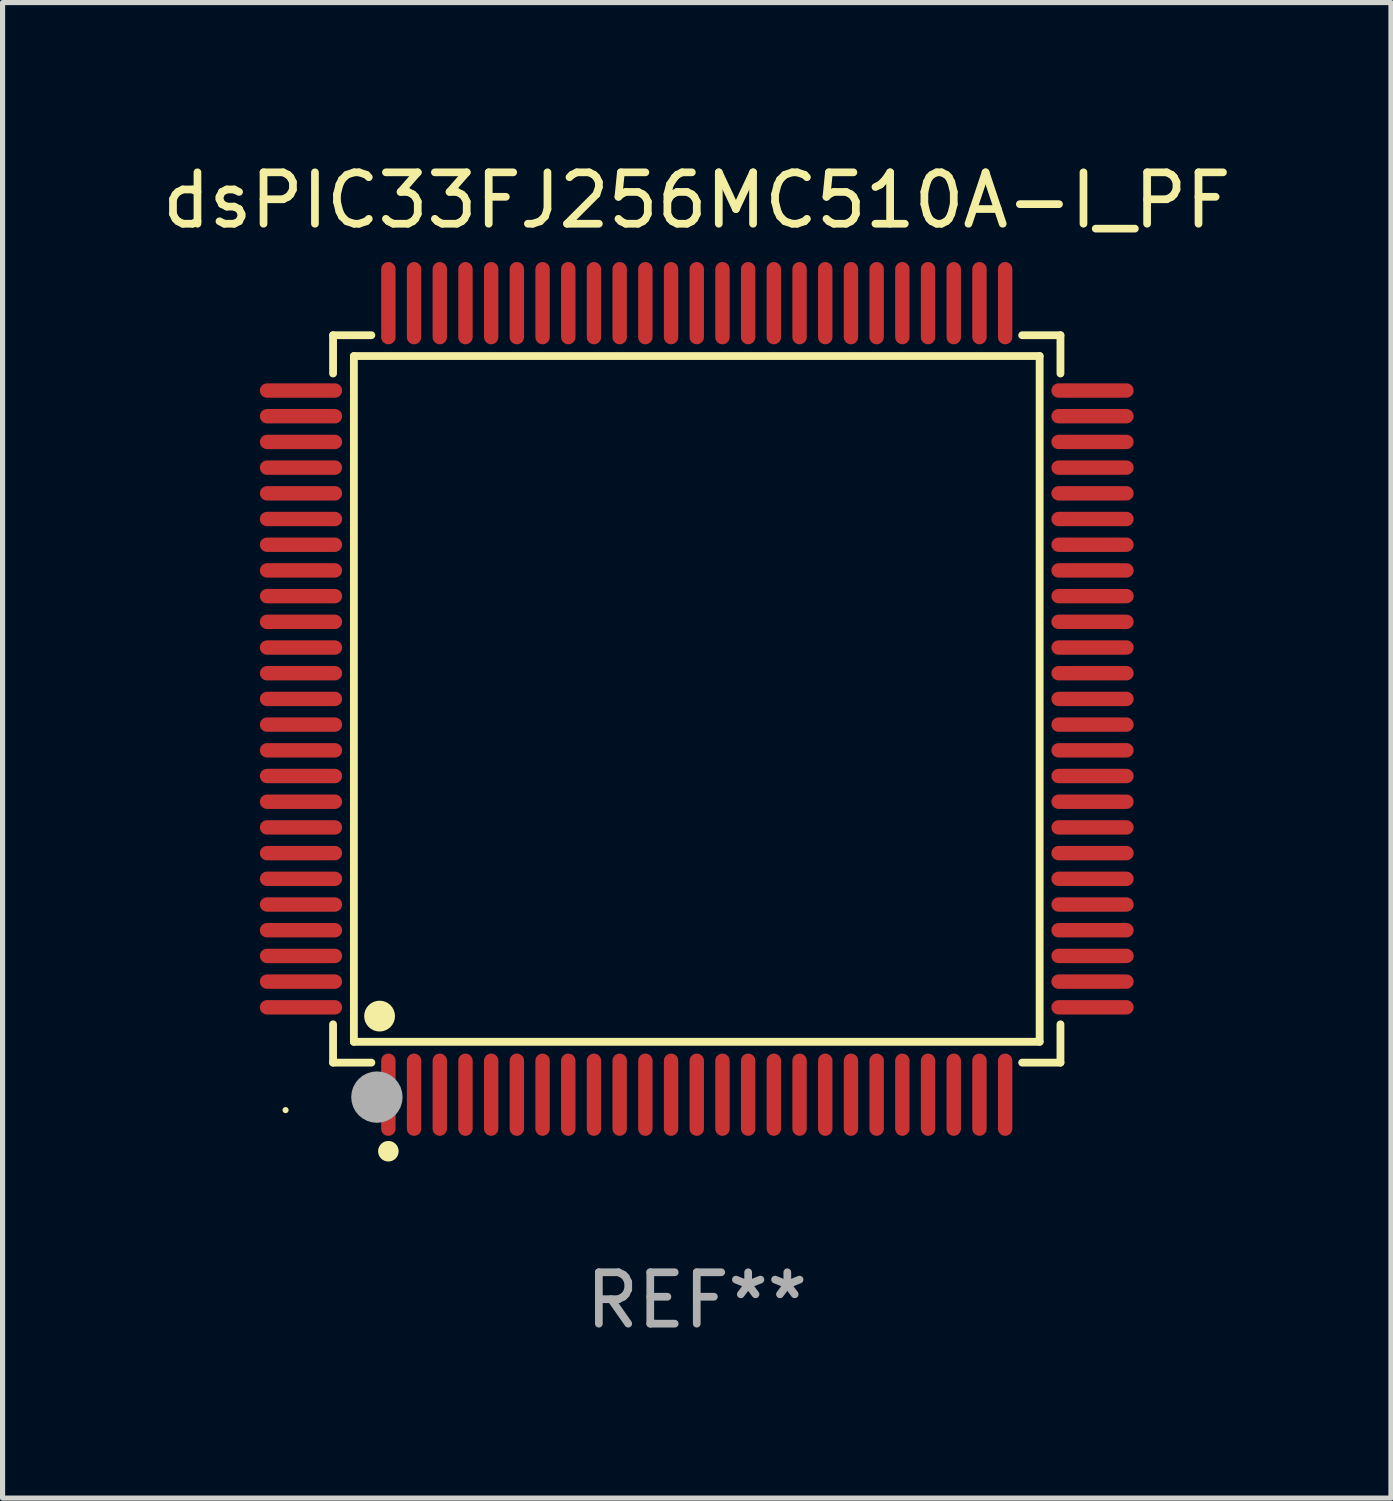
<source format=kicad_pcb>
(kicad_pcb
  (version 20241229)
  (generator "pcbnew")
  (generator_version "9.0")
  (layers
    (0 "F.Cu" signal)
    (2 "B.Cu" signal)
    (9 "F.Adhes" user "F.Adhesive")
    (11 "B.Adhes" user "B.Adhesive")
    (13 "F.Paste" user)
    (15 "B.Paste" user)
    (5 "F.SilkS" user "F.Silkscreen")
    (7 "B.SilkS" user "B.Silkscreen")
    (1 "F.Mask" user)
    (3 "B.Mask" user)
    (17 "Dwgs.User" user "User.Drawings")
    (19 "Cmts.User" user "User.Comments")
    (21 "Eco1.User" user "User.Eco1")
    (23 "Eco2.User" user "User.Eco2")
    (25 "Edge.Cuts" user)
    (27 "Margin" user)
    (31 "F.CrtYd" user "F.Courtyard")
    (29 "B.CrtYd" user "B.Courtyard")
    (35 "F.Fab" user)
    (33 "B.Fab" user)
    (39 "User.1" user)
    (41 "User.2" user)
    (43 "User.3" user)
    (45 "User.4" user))
  (footprint "dsPIC33FJ256MC510A-I_PF"
    (layer "F.Cu")
    (at 10.506 10.548)
    (property "Reference" "dsPIC33FJ256MC510A-I_PF" (at 0 -9.7 0) (layer "F.SilkS") (effects (font (size 1 1) (thickness 0.15))))
    (attr through_hole)
    (fp_line (start -7.076 -7.076) (end -6.331 -7.076) (stroke (width 0.152) (type solid)) (layer "F.SilkS"))
    (fp_line (start -7.076 -6.331) (end -7.076 -7.076) (stroke (width 0.152) (type solid)) (layer "F.SilkS"))
    (fp_line (start -7.076 6.331) (end -7.076 7.076) (stroke (width 0.152) (type solid)) (layer "F.SilkS"))
    (fp_line (start -7.076 7.076) (end -6.331 7.076) (stroke (width 0.152) (type solid)) (layer "F.SilkS"))
    (fp_line (start -6.671 -6.671) (end 6.671 -6.671) (stroke (width 0.152) (type solid)) (layer "F.SilkS"))
    (fp_line (start -6.671 6.671) (end -6.671 -6.671) (stroke (width 0.152) (type solid)) (layer "F.SilkS"))
    (fp_line (start 6.671 -6.671) (end 6.671 6.671) (stroke (width 0.152) (type solid)) (layer "F.SilkS"))
    (fp_line (start 6.671 6.671) (end -6.671 6.671) (stroke (width 0.152) (type solid)) (layer "F.SilkS"))
    (fp_line (start 7.076 -7.076) (end 6.331 -7.076) (stroke (width 0.152) (type solid)) (layer "F.SilkS"))
    (fp_line (start 7.076 -6.331) (end 7.076 -7.076) (stroke (width 0.152) (type solid)) (layer "F.SilkS"))
    (fp_line (start 7.076 6.331) (end 7.076 7.076) (stroke (width 0.152) (type solid)) (layer "F.SilkS"))
    (fp_line (start 7.076 7.076) (end 6.331 7.076) (stroke (width 0.152) (type solid)) (layer "F.SilkS"))
    (fp_circle (center -8 8) (end -7.97 8) (stroke (width 0.06) (type solid)) (fill no) (layer "F.SilkS"))
    (fp_circle (center -6.171 6.171) (end -6.021 6.171) (stroke (width 0.3) (type solid)) (fill no) (layer "F.SilkS"))
    (fp_circle (center -6 8.8) (end -5.9 8.8) (stroke (width 0.2) (type solid)) (fill no) (layer "F.SilkS"))
    (fp_circle (center -6.223 7.747) (end -5.973 7.747) (stroke (width 0.5) (type solid)) (fill no) (layer "F.Fab"))
    (fp_text user "REF**" (at 0 11.7 0) (layer "F.Fab") (effects (font (size 1 1) (thickness 0.15))))
    (pad "1" smd oval (at -6 7.7) (size 0.28 1.6) (layers "F.Cu" "F.Mask" "F.Paste"))
    (pad "2" smd oval (at -5.5 7.7) (size 0.28 1.6) (layers "F.Cu" "F.Mask" "F.Paste"))
    (pad "3" smd oval (at -5 7.7) (size 0.28 1.6) (layers "F.Cu" "F.Mask" "F.Paste"))
    (pad "4" smd oval (at -4.5 7.7) (size 0.28 1.6) (layers "F.Cu" "F.Mask" "F.Paste"))
    (pad "5" smd oval (at -4 7.7) (size 0.28 1.6) (layers "F.Cu" "F.Mask" "F.Paste"))
    (pad "6" smd oval (at -3.5 7.7) (size 0.28 1.6) (layers "F.Cu" "F.Mask" "F.Paste"))
    (pad "7" smd oval (at -3 7.7) (size 0.28 1.6) (layers "F.Cu" "F.Mask" "F.Paste"))
    (pad "8" smd oval (at -2.5 7.7) (size 0.28 1.6) (layers "F.Cu" "F.Mask" "F.Paste"))
    (pad "9" smd oval (at -2 7.7) (size 0.28 1.6) (layers "F.Cu" "F.Mask" "F.Paste"))
    (pad "10" smd oval (at -1.5 7.7) (size 0.28 1.6) (layers "F.Cu" "F.Mask" "F.Paste"))
    (pad "11" smd oval (at -1 7.7) (size 0.28 1.6) (layers "F.Cu" "F.Mask" "F.Paste"))
    (pad "12" smd oval (at -0.5 7.7) (size 0.28 1.6) (layers "F.Cu" "F.Mask" "F.Paste"))
    (pad "13" smd oval (at 0 7.7) (size 0.28 1.6) (layers "F.Cu" "F.Mask" "F.Paste"))
    (pad "14" smd oval (at 0.5 7.7) (size 0.28 1.6) (layers "F.Cu" "F.Mask" "F.Paste"))
    (pad "15" smd oval (at 1 7.7) (size 0.28 1.6) (layers "F.Cu" "F.Mask" "F.Paste"))
    (pad "16" smd oval (at 1.5 7.7) (size 0.28 1.6) (layers "F.Cu" "F.Mask" "F.Paste"))
    (pad "17" smd oval (at 2 7.7) (size 0.28 1.6) (layers "F.Cu" "F.Mask" "F.Paste"))
    (pad "18" smd oval (at 2.5 7.7) (size 0.28 1.6) (layers "F.Cu" "F.Mask" "F.Paste"))
    (pad "19" smd oval (at 3 7.7) (size 0.28 1.6) (layers "F.Cu" "F.Mask" "F.Paste"))
    (pad "20" smd oval (at 3.5 7.7) (size 0.28 1.6) (layers "F.Cu" "F.Mask" "F.Paste"))
    (pad "21" smd oval (at 4 7.7) (size 0.28 1.6) (layers "F.Cu" "F.Mask" "F.Paste"))
    (pad "22" smd oval (at 4.5 7.7) (size 0.28 1.6) (layers "F.Cu" "F.Mask" "F.Paste"))
    (pad "23" smd oval (at 5 7.7) (size 0.28 1.6) (layers "F.Cu" "F.Mask" "F.Paste"))
    (pad "24" smd oval (at 5.5 7.7) (size 0.28 1.6) (layers "F.Cu" "F.Mask" "F.Paste"))
    (pad "25" smd oval (at 6 7.7) (size 0.28 1.6) (layers "F.Cu" "F.Mask" "F.Paste"))
    (pad "26" smd oval (at 7.7 6) (size 1.6 0.28) (layers "F.Cu" "F.Mask" "F.Paste"))
    (pad "27" smd oval (at 7.7 5.5) (size 1.6 0.28) (layers "F.Cu" "F.Mask" "F.Paste"))
    (pad "28" smd oval (at 7.7 5) (size 1.6 0.28) (layers "F.Cu" "F.Mask" "F.Paste"))
    (pad "29" smd oval (at 7.7 4.5) (size 1.6 0.28) (layers "F.Cu" "F.Mask" "F.Paste"))
    (pad "30" smd oval (at 7.7 4) (size 1.6 0.28) (layers "F.Cu" "F.Mask" "F.Paste"))
    (pad "31" smd oval (at 7.7 3.5) (size 1.6 0.28) (layers "F.Cu" "F.Mask" "F.Paste"))
    (pad "32" smd oval (at 7.7 3) (size 1.6 0.28) (layers "F.Cu" "F.Mask" "F.Paste"))
    (pad "33" smd oval (at 7.7 2.5) (size 1.6 0.28) (layers "F.Cu" "F.Mask" "F.Paste"))
    (pad "34" smd oval (at 7.7 2) (size 1.6 0.28) (layers "F.Cu" "F.Mask" "F.Paste"))
    (pad "35" smd oval (at 7.7 1.5) (size 1.6 0.28) (layers "F.Cu" "F.Mask" "F.Paste"))
    (pad "36" smd oval (at 7.7 1) (size 1.6 0.28) (layers "F.Cu" "F.Mask" "F.Paste"))
    (pad "37" smd oval (at 7.7 0.5) (size 1.6 0.28) (layers "F.Cu" "F.Mask" "F.Paste"))
    (pad "38" smd oval (at 7.7 0) (size 1.6 0.28) (layers "F.Cu" "F.Mask" "F.Paste"))
    (pad "39" smd oval (at 7.7 -0.5) (size 1.6 0.28) (layers "F.Cu" "F.Mask" "F.Paste"))
    (pad "40" smd oval (at 7.7 -1) (size 1.6 0.28) (layers "F.Cu" "F.Mask" "F.Paste"))
    (pad "41" smd oval (at 7.7 -1.5) (size 1.6 0.28) (layers "F.Cu" "F.Mask" "F.Paste"))
    (pad "42" smd oval (at 7.7 -2) (size 1.6 0.28) (layers "F.Cu" "F.Mask" "F.Paste"))
    (pad "43" smd oval (at 7.7 -2.5) (size 1.6 0.28) (layers "F.Cu" "F.Mask" "F.Paste"))
    (pad "44" smd oval (at 7.7 -3) (size 1.6 0.28) (layers "F.Cu" "F.Mask" "F.Paste"))
    (pad "45" smd oval (at 7.7 -3.5) (size 1.6 0.28) (layers "F.Cu" "F.Mask" "F.Paste"))
    (pad "46" smd oval (at 7.7 -4) (size 1.6 0.28) (layers "F.Cu" "F.Mask" "F.Paste"))
    (pad "47" smd oval (at 7.7 -4.5) (size 1.6 0.28) (layers "F.Cu" "F.Mask" "F.Paste"))
    (pad "48" smd oval (at 7.7 -5) (size 1.6 0.28) (layers "F.Cu" "F.Mask" "F.Paste"))
    (pad "49" smd oval (at 7.7 -5.5) (size 1.6 0.28) (layers "F.Cu" "F.Mask" "F.Paste"))
    (pad "50" smd oval (at 7.7 -6) (size 1.6 0.28) (layers "F.Cu" "F.Mask" "F.Paste"))
    (pad "51" smd oval (at 6 -7.7) (size 0.28 1.6) (layers "F.Cu" "F.Mask" "F.Paste"))
    (pad "52" smd oval (at 5.5 -7.7) (size 0.28 1.6) (layers "F.Cu" "F.Mask" "F.Paste"))
    (pad "53" smd oval (at 5 -7.7) (size 0.28 1.6) (layers "F.Cu" "F.Mask" "F.Paste"))
    (pad "54" smd oval (at 4.5 -7.7) (size 0.28 1.6) (layers "F.Cu" "F.Mask" "F.Paste"))
    (pad "55" smd oval (at 4 -7.7) (size 0.28 1.6) (layers "F.Cu" "F.Mask" "F.Paste"))
    (pad "56" smd oval (at 3.5 -7.7) (size 0.28 1.6) (layers "F.Cu" "F.Mask" "F.Paste"))
    (pad "57" smd oval (at 3 -7.7) (size 0.28 1.6) (layers "F.Cu" "F.Mask" "F.Paste"))
    (pad "58" smd oval (at 2.5 -7.7) (size 0.28 1.6) (layers "F.Cu" "F.Mask" "F.Paste"))
    (pad "59" smd oval (at 2 -7.7) (size 0.28 1.6) (layers "F.Cu" "F.Mask" "F.Paste"))
    (pad "60" smd oval (at 1.5 -7.7) (size 0.28 1.6) (layers "F.Cu" "F.Mask" "F.Paste"))
    (pad "61" smd oval (at 1 -7.7) (size 0.28 1.6) (layers "F.Cu" "F.Mask" "F.Paste"))
    (pad "62" smd oval (at 0.5 -7.7) (size 0.28 1.6) (layers "F.Cu" "F.Mask" "F.Paste"))
    (pad "63" smd oval (at 0 -7.7) (size 0.28 1.6) (layers "F.Cu" "F.Mask" "F.Paste"))
    (pad "64" smd oval (at -0.5 -7.7) (size 0.28 1.6) (layers "F.Cu" "F.Mask" "F.Paste"))
    (pad "65" smd oval (at -1 -7.7) (size 0.28 1.6) (layers "F.Cu" "F.Mask" "F.Paste"))
    (pad "66" smd oval (at -1.5 -7.7) (size 0.28 1.6) (layers "F.Cu" "F.Mask" "F.Paste"))
    (pad "67" smd oval (at -2 -7.7) (size 0.28 1.6) (layers "F.Cu" "F.Mask" "F.Paste"))
    (pad "68" smd oval (at -2.5 -7.7) (size 0.28 1.6) (layers "F.Cu" "F.Mask" "F.Paste"))
    (pad "69" smd oval (at -3 -7.7) (size 0.28 1.6) (layers "F.Cu" "F.Mask" "F.Paste"))
    (pad "70" smd oval (at -3.5 -7.7) (size 0.28 1.6) (layers "F.Cu" "F.Mask" "F.Paste"))
    (pad "71" smd oval (at -4 -7.7) (size 0.28 1.6) (layers "F.Cu" "F.Mask" "F.Paste"))
    (pad "72" smd oval (at -4.5 -7.7) (size 0.28 1.6) (layers "F.Cu" "F.Mask" "F.Paste"))
    (pad "73" smd oval (at -5 -7.7) (size 0.28 1.6) (layers "F.Cu" "F.Mask" "F.Paste"))
    (pad "74" smd oval (at -5.5 -7.7) (size 0.28 1.6) (layers "F.Cu" "F.Mask" "F.Paste"))
    (pad "75" smd oval (at -6 -7.7) (size 0.28 1.6) (layers "F.Cu" "F.Mask" "F.Paste"))
    (pad "76" smd oval (at -7.7 -6) (size 1.6 0.28) (layers "F.Cu" "F.Mask" "F.Paste"))
    (pad "77" smd oval (at -7.7 -5.5) (size 1.6 0.28) (layers "F.Cu" "F.Mask" "F.Paste"))
    (pad "78" smd oval (at -7.7 -5) (size 1.6 0.28) (layers "F.Cu" "F.Mask" "F.Paste"))
    (pad "79" smd oval (at -7.7 -4.5) (size 1.6 0.28) (layers "F.Cu" "F.Mask" "F.Paste"))
    (pad "80" smd oval (at -7.7 -4) (size 1.6 0.28) (layers "F.Cu" "F.Mask" "F.Paste"))
    (pad "81" smd oval (at -7.7 -3.5) (size 1.6 0.28) (layers "F.Cu" "F.Mask" "F.Paste"))
    (pad "82" smd oval (at -7.7 -3) (size 1.6 0.28) (layers "F.Cu" "F.Mask" "F.Paste"))
    (pad "83" smd oval (at -7.7 -2.5) (size 1.6 0.28) (layers "F.Cu" "F.Mask" "F.Paste"))
    (pad "84" smd oval (at -7.7 -2) (size 1.6 0.28) (layers "F.Cu" "F.Mask" "F.Paste"))
    (pad "85" smd oval (at -7.7 -1.5) (size 1.6 0.28) (layers "F.Cu" "F.Mask" "F.Paste"))
    (pad "86" smd oval (at -7.7 -1) (size 1.6 0.28) (layers "F.Cu" "F.Mask" "F.Paste"))
    (pad "87" smd oval (at -7.7 -0.5) (size 1.6 0.28) (layers "F.Cu" "F.Mask" "F.Paste"))
    (pad "88" smd oval (at -7.7 0) (size 1.6 0.28) (layers "F.Cu" "F.Mask" "F.Paste"))
    (pad "89" smd oval (at -7.7 0.5) (size 1.6 0.28) (layers "F.Cu" "F.Mask" "F.Paste"))
    (pad "90" smd oval (at -7.7 1) (size 1.6 0.28) (layers "F.Cu" "F.Mask" "F.Paste"))
    (pad "91" smd oval (at -7.7 1.5) (size 1.6 0.28) (layers "F.Cu" "F.Mask" "F.Paste"))
    (pad "92" smd oval (at -7.7 2) (size 1.6 0.28) (layers "F.Cu" "F.Mask" "F.Paste"))
    (pad "93" smd oval (at -7.7 2.5) (size 1.6 0.28) (layers "F.Cu" "F.Mask" "F.Paste"))
    (pad "94" smd oval (at -7.7 3) (size 1.6 0.28) (layers "F.Cu" "F.Mask" "F.Paste"))
    (pad "95" smd oval (at -7.7 3.5) (size 1.6 0.28) (layers "F.Cu" "F.Mask" "F.Paste"))
    (pad "96" smd oval (at -7.7 4) (size 1.6 0.28) (layers "F.Cu" "F.Mask" "F.Paste"))
    (pad "97" smd oval (at -7.7 4.5) (size 1.6 0.28) (layers "F.Cu" "F.Mask" "F.Paste"))
    (pad "98" smd oval (at -7.7 5) (size 1.6 0.28) (layers "F.Cu" "F.Mask" "F.Paste"))
    (pad "99" smd oval (at -7.7 5.5) (size 1.6 0.28) (layers "F.Cu" "F.Mask" "F.Paste"))
    (pad "100" smd oval (at -7.7 6) (size 1.6 0.28) (layers "F.Cu" "F.Mask" "F.Paste")))
  (gr_rect
    (start -3 -3)
    (end 24.012 26.097)
    (stroke (width 0.1) (type default))
    (fill no)
    (layer "Edge.Cuts")))
</source>
